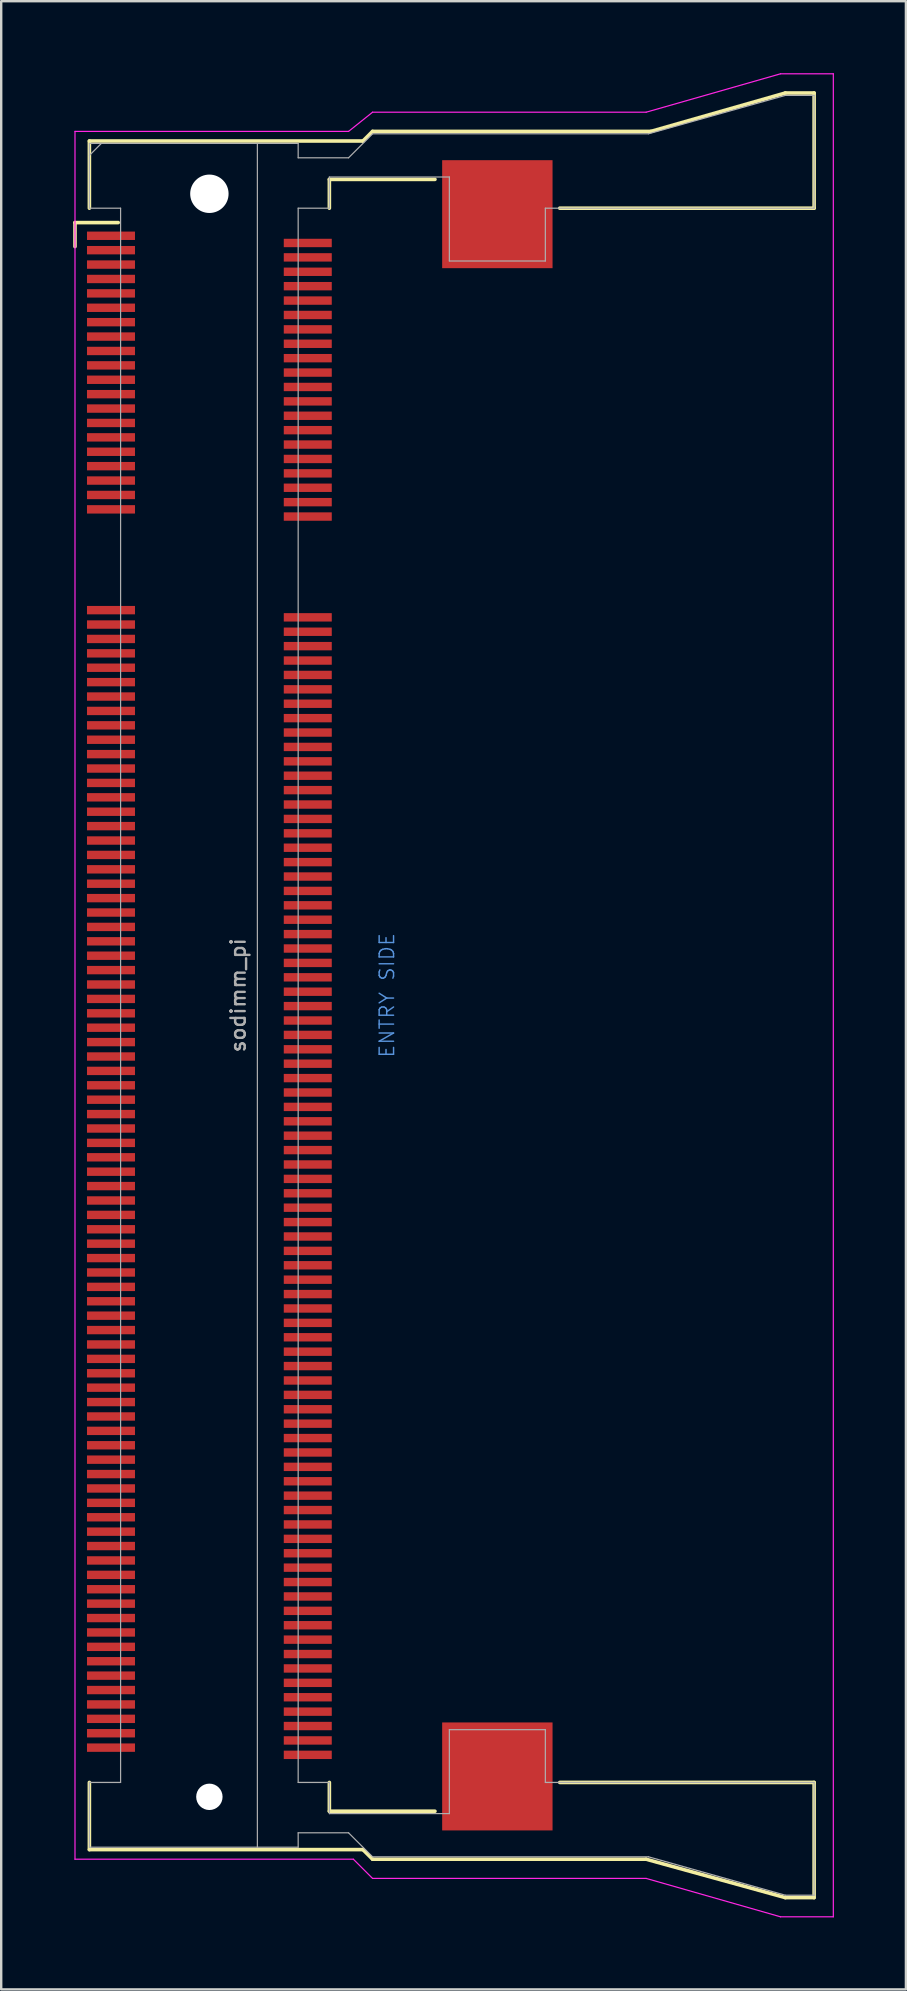
<source format=kicad_pcb>
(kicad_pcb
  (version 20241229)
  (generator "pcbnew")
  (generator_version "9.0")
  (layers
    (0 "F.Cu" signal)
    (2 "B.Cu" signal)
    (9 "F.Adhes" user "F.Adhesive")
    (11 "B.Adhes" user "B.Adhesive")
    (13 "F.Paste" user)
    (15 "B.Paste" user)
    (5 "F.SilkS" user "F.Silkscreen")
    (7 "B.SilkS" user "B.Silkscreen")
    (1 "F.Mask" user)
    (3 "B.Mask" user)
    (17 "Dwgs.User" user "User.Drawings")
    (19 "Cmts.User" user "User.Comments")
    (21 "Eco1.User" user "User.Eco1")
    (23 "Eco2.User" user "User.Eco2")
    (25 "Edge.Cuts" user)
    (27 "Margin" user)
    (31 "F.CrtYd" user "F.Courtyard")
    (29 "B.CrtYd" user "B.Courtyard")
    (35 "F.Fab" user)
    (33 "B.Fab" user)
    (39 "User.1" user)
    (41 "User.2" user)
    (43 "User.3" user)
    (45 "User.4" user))
  (footprint "sodimm_pi"
    (layer "F.Cu")
    (at 5.675 38.425)
    (property "Reference" "sodimm_pi" (at 1.2 0 90) (layer "F.Fab") (effects (font (size 0.6 0.6) (thickness 0.1))))
    (attr through_hole)
    (fp_line (start -5.6 -32.2) (end -3.8 -32.2) (stroke (width 0.15) (type solid)) (layer "F.SilkS"))
    (fp_line (start -5.6 -31.2) (end -5.6 -32.2) (stroke (width 0.15) (type solid)) (layer "F.SilkS"))
    (fp_line (start -5 -35.6) (end 6.4 -35.6) (stroke (width 0.15) (type solid)) (layer "F.SilkS"))
    (fp_line (start -5 -32.8) (end -5 -35.6) (stroke (width 0.15) (type solid)) (layer "F.SilkS"))
    (fp_line (start -5 32.8) (end -5 35.6) (stroke (width 0.15) (type solid)) (layer "F.SilkS"))
    (fp_line (start -5 35.6) (end 6.4 35.6) (stroke (width 0.15) (type solid)) (layer "F.SilkS"))
    (fp_line (start 5 -34) (end 9.4 -34) (stroke (width 0.15) (type solid)) (layer "F.SilkS"))
    (fp_line (start 5 -32.8) (end 5 -34) (stroke (width 0.15) (type solid)) (layer "F.SilkS"))
    (fp_line (start 5 34) (end 5 32.8) (stroke (width 0.15) (type solid)) (layer "F.SilkS"))
    (fp_line (start 6.4 -35.6) (end 6.8 -36) (stroke (width 0.15) (type solid)) (layer "F.SilkS"))
    (fp_line (start 6.4 35.6) (end 6.8 36) (stroke (width 0.15) (type solid)) (layer "F.SilkS"))
    (fp_line (start 6.8 -36) (end 18.4 -36) (stroke (width 0.15) (type solid)) (layer "F.SilkS"))
    (fp_line (start 6.8 36) (end 18.2 36) (stroke (width 0.15) (type solid)) (layer "F.SilkS"))
    (fp_line (start 9.4 34) (end 5 34) (stroke (width 0.15) (type solid)) (layer "F.SilkS"))
    (fp_line (start 14.6 -32.8) (end 25.2 -32.8) (stroke (width 0.15) (type solid)) (layer "F.SilkS"))
    (fp_line (start 14.6 32.8) (end 25.2 32.8) (stroke (width 0.15) (type solid)) (layer "F.SilkS"))
    (fp_line (start 18.2 36) (end 24 37.6) (stroke (width 0.15) (type solid)) (layer "F.SilkS"))
    (fp_line (start 18.4 -36) (end 24 -37.6) (stroke (width 0.15) (type solid)) (layer "F.SilkS"))
    (fp_line (start 24 -37.6) (end 25.2 -37.6) (stroke (width 0.15) (type solid)) (layer "F.SilkS"))
    (fp_line (start 24 37.6) (end 25.2 37.6) (stroke (width 0.15) (type solid)) (layer "F.SilkS"))
    (fp_line (start 25.2 -37.6) (end 25.2 -32.8) (stroke (width 0.15) (type solid)) (layer "F.SilkS"))
    (fp_line (start 25.2 37.6) (end 25.2 32.8) (stroke (width 0.15) (type solid)) (layer "F.SilkS"))
    (fp_line (start -5.6 -36) (end -5.6 36) (stroke (width 0.05) (type solid)) (layer "F.CrtYd"))
    (fp_line (start -5.6 -36) (end 5.8 -36) (stroke (width 0.05) (type solid)) (layer "F.CrtYd"))
    (fp_line (start -5.6 36) (end 6 36) (stroke (width 0.05) (type solid)) (layer "F.CrtYd"))
    (fp_line (start 6 36) (end 6.8 36.8) (stroke (width 0.05) (type solid)) (layer "F.CrtYd"))
    (fp_line (start 6.8 -36.8) (end 5.8 -36) (stroke (width 0.05) (type solid)) (layer "F.CrtYd"))
    (fp_line (start 6.8 36.8) (end 18.2 36.8) (stroke (width 0.05) (type solid)) (layer "F.CrtYd"))
    (fp_line (start 18.2 -36.8) (end 6.8 -36.8) (stroke (width 0.05) (type solid)) (layer "F.CrtYd"))
    (fp_line (start 18.2 36.8) (end 23.8 38.4) (stroke (width 0.05) (type solid)) (layer "F.CrtYd"))
    (fp_line (start 23.8 -38.4) (end 18.2 -36.8) (stroke (width 0.05) (type solid)) (layer "F.CrtYd"))
    (fp_line (start 23.8 38.4) (end 26 38.4) (stroke (width 0.05) (type solid)) (layer "F.CrtYd"))
    (fp_line (start 26 -38.4) (end 23.8 -38.4) (stroke (width 0.05) (type solid)) (layer "F.CrtYd"))
    (fp_line (start 26 38.4) (end 26 -38.4) (stroke (width 0.05) (type solid)) (layer "F.CrtYd"))
    (fp_line (start -5 -35.5) (end -5 -32.8) (stroke (width 0.05) (type solid)) (layer "F.Fab"))
    (fp_line (start -5 -35.5) (end 2 -35.5) (stroke (width 0.05) (type solid)) (layer "F.Fab"))
    (fp_line (start -5 -35) (end -4.5 -35.5) (stroke (width 0.05) (type solid)) (layer "F.Fab"))
    (fp_line (start -5 -32.8) (end -3.7 -32.8) (stroke (width 0.05) (type solid)) (layer "F.Fab"))
    (fp_line (start -5 32.8) (end -3.7 32.8) (stroke (width 0.05) (type solid)) (layer "F.Fab"))
    (fp_line (start -5 35.5) (end -5 32.8) (stroke (width 0.05) (type solid)) (layer "F.Fab"))
    (fp_line (start -3.7 32.8) (end -3.7 -32.8) (stroke (width 0.05) (type solid)) (layer "F.Fab"))
    (fp_line (start 2 -35.5) (end 2 35.5) (stroke (width 0.05) (type solid)) (layer "F.Fab"))
    (fp_line (start 2 35.5) (end -5 35.5) (stroke (width 0.05) (type solid)) (layer "F.Fab"))
    (fp_line (start 3.7 -35.5) (end 2 -35.5) (stroke (width 0.05) (type solid)) (layer "F.Fab"))
    (fp_line (start 3.7 -35.5) (end 3.7 -34.9) (stroke (width 0.05) (type solid)) (layer "F.Fab"))
    (fp_line (start 3.7 -32.8) (end 3.7 32.8) (stroke (width 0.05) (type solid)) (layer "F.Fab"))
    (fp_line (start 3.7 -32.8) (end 5 -32.8) (stroke (width 0.05) (type solid)) (layer "F.Fab"))
    (fp_line (start 3.7 34.9) (end 3.7 35.5) (stroke (width 0.05) (type solid)) (layer "F.Fab"))
    (fp_line (start 3.7 34.9) (end 5.8 34.9) (stroke (width 0.05) (type solid)) (layer "F.Fab"))
    (fp_line (start 3.7 35.5) (end 2 35.5) (stroke (width 0.05) (type solid)) (layer "F.Fab"))
    (fp_line (start 5 -34.1) (end 10 -34.1) (stroke (width 0.05) (type solid)) (layer "F.Fab"))
    (fp_line (start 5 -32.8) (end 5 -34.1) (stroke (width 0.05) (type solid)) (layer "F.Fab"))
    (fp_line (start 5 32.8) (end 3.7 32.8) (stroke (width 0.05) (type solid)) (layer "F.Fab"))
    (fp_line (start 5 34.1) (end 5 32.8) (stroke (width 0.05) (type solid)) (layer "F.Fab"))
    (fp_line (start 5 34.1) (end 10 34.1) (stroke (width 0.05) (type solid)) (layer "F.Fab"))
    (fp_line (start 5.8 -34.9) (end 3.7 -34.9) (stroke (width 0.05) (type solid)) (layer "F.Fab"))
    (fp_line (start 5.8 -34.9) (end 6.8 -35.9) (stroke (width 0.05) (type solid)) (layer "F.Fab"))
    (fp_line (start 5.8 34.9) (end 6.8 35.9) (stroke (width 0.05) (type solid)) (layer "F.Fab"))
    (fp_line (start 6.8 -35.9) (end 18.3 -35.9) (stroke (width 0.05) (type solid)) (layer "F.Fab"))
    (fp_line (start 10 -34.1) (end 10 -30.6) (stroke (width 0.05) (type solid)) (layer "F.Fab"))
    (fp_line (start 10 -30.6) (end 14 -30.6) (stroke (width 0.05) (type solid)) (layer "F.Fab"))
    (fp_line (start 10 30.6) (end 14 30.6) (stroke (width 0.05) (type solid)) (layer "F.Fab"))
    (fp_line (start 10 34.1) (end 10 30.6) (stroke (width 0.05) (type solid)) (layer "F.Fab"))
    (fp_line (start 14 -32.8) (end 25.2 -32.8) (stroke (width 0.05) (type solid)) (layer "F.Fab"))
    (fp_line (start 14 -30.6) (end 14 -32.8) (stroke (width 0.05) (type solid)) (layer "F.Fab"))
    (fp_line (start 14 30.6) (end 14 32.8) (stroke (width 0.05) (type solid)) (layer "F.Fab"))
    (fp_line (start 14 32.8) (end 25.2 32.8) (stroke (width 0.05) (type solid)) (layer "F.Fab"))
    (fp_line (start 18.3 35.9) (end 6.8 35.9) (stroke (width 0.05) (type solid)) (layer "F.Fab"))
    (fp_line (start 18.3 35.9) (end 24 37.5) (stroke (width 0.05) (type solid)) (layer "F.Fab"))
    (fp_line (start 24 -37.5) (end 18.3 -35.9) (stroke (width 0.05) (type solid)) (layer "F.Fab"))
    (fp_line (start 25.2 -37.5) (end 24 -37.5) (stroke (width 0.05) (type solid)) (layer "F.Fab"))
    (fp_line (start 25.2 -32.8) (end 25.2 -37.5) (stroke (width 0.05) (type solid)) (layer "F.Fab"))
    (fp_line (start 25.2 37.5) (end 24 37.5) (stroke (width 0.05) (type solid)) (layer "F.Fab"))
    (fp_line (start 25.2 37.5) (end 25.2 32.8) (stroke (width 0.05) (type solid)) (layer "F.Fab"))
    (fp_text user "ENTRY SIDE" (at 7.4 0 90) (layer "Cmts.User") (effects (font (size 0.6 0.6) (thickness 0.06))))
    (fp_text user "${REFERENCE}" (at -4 -35 0) (layer "Eco1.User") (effects (font (size 0.3 0.3) (thickness 0.03))))
    (pad "" np_thru_hole circle (at 0 -33.4) (size 1.6 1.6) (drill 1.6) (layers "*.Cu"))
    (pad "" np_thru_hole circle (at 0 33.4) (size 1.1 1.1) (drill 1.1) (layers "*.Cu"))
    (pad "" smd rect (at 12 -32.55) (size 4.6 4.5) (layers "F.Cu" "F.Mask" "F.Paste"))
    (pad "" smd rect (at 12 32.55) (size 4.6 4.5) (layers "F.Cu" "F.Mask" "F.Paste"))
    (pad "1" smd rect (at -4.1 -31.65) (size 2 0.35) (layers "F.Cu" "F.Paste"))
    (pad "2" smd rect (at 4.1 -31.35) (size 2 0.35) (layers "F.Cu" "F.Paste"))
    (pad "3" smd rect (at -4.1 -31.05) (size 2 0.35) (layers "F.Cu" "F.Paste"))
    (pad "4" smd rect (at 4.1 -30.75) (size 2 0.35) (layers "F.Cu" "F.Paste"))
    (pad "5" smd rect (at -4.1 -30.45) (size 2 0.35) (layers "F.Cu" "F.Paste"))
    (pad "6" smd rect (at 4.1 -30.15) (size 2 0.35) (layers "F.Cu" "F.Paste"))
    (pad "7" smd rect (at -4.1 -29.85) (size 2 0.35) (layers "F.Cu" "F.Paste"))
    (pad "8" smd rect (at 4.1 -29.55) (size 2 0.35) (layers "F.Cu" "F.Paste"))
    (pad "9" smd rect (at -4.1 -29.25) (size 2 0.35) (layers "F.Cu" "F.Paste"))
    (pad "10" smd rect (at 4.1 -28.95) (size 2 0.35) (layers "F.Cu" "F.Paste"))
    (pad "11" smd rect (at -4.1 -28.65) (size 2 0.35) (layers "F.Cu" "F.Paste"))
    (pad "12" smd rect (at 4.1 -28.35) (size 2 0.35) (layers "F.Cu" "F.Paste"))
    (pad "13" smd rect (at -4.1 -28.05) (size 2 0.35) (layers "F.Cu" "F.Paste"))
    (pad "14" smd rect (at 4.1 -27.75) (size 2 0.35) (layers "F.Cu" "F.Paste"))
    (pad "15" smd rect (at -4.1 -27.45) (size 2 0.35) (layers "F.Cu" "F.Paste"))
    (pad "16" smd rect (at 4.1 -27.15) (size 2 0.35) (layers "F.Cu" "F.Paste"))
    (pad "17" smd rect (at -4.1 -26.85) (size 2 0.35) (layers "F.Cu" "F.Paste"))
    (pad "18" smd rect (at 4.1 -26.55) (size 2 0.35) (layers "F.Cu" "F.Paste"))
    (pad "19" smd rect (at -4.1 -26.25) (size 2 0.35) (layers "F.Cu" "F.Paste"))
    (pad "20" smd rect (at 4.1 -25.95) (size 2 0.35) (layers "F.Cu" "F.Paste"))
    (pad "21" smd rect (at -4.1 -25.65) (size 2 0.35) (layers "F.Cu" "F.Paste"))
    (pad "22" smd rect (at 4.1 -25.35) (size 2 0.35) (layers "F.Cu" "F.Paste"))
    (pad "23" smd rect (at -4.1 -25.05) (size 2 0.35) (layers "F.Cu" "F.Paste"))
    (pad "24" smd rect (at 4.1 -24.75) (size 2 0.35) (layers "F.Cu" "F.Paste"))
    (pad "25" smd rect (at -4.1 -24.45) (size 2 0.35) (layers "F.Cu" "F.Paste"))
    (pad "26" smd rect (at 4.1 -24.15) (size 2 0.35) (layers "F.Cu" "F.Paste"))
    (pad "27" smd rect (at -4.1 -23.85) (size 2 0.35) (layers "F.Cu" "F.Paste"))
    (pad "28" smd rect (at 4.1 -23.55) (size 2 0.35) (layers "F.Cu" "F.Paste"))
    (pad "29" smd rect (at -4.1 -23.25) (size 2 0.35) (layers "F.Cu" "F.Paste"))
    (pad "30" smd rect (at 4.1 -22.95) (size 2 0.35) (layers "F.Cu" "F.Paste"))
    (pad "31" smd rect (at -4.1 -22.65) (size 2 0.35) (layers "F.Cu" "F.Paste"))
    (pad "32" smd rect (at 4.1 -22.35) (size 2 0.35) (layers "F.Cu" "F.Paste"))
    (pad "33" smd rect (at -4.1 -22.05) (size 2 0.35) (layers "F.Cu" "F.Paste"))
    (pad "34" smd rect (at 4.1 -21.75) (size 2 0.35) (layers "F.Cu" "F.Paste"))
    (pad "35" smd rect (at -4.1 -21.45) (size 2 0.35) (layers "F.Cu" "F.Paste"))
    (pad "36" smd rect (at 4.1 -21.15) (size 2 0.35) (layers "F.Cu" "F.Paste"))
    (pad "37" smd rect (at -4.1 -20.85) (size 2 0.35) (layers "F.Cu" "F.Paste"))
    (pad "38" smd rect (at 4.1 -20.55) (size 2 0.35) (layers "F.Cu" "F.Paste"))
    (pad "39" smd rect (at -4.1 -20.25) (size 2 0.35) (layers "F.Cu" "F.Paste"))
    (pad "40" smd rect (at 4.1 -19.95) (size 2 0.35) (layers "F.Cu" "F.Paste"))
    (pad "41" smd rect (at -4.1 -16.05) (size 2 0.35) (layers "F.Cu" "F.Paste"))
    (pad "42" smd rect (at 4.1 -15.75) (size 2 0.35) (layers "F.Cu" "F.Paste"))
    (pad "43" smd rect (at -4.1 -15.45) (size 2 0.35) (layers "F.Cu" "F.Paste"))
    (pad "44" smd rect (at 4.1 -15.15) (size 2 0.35) (layers "F.Cu" "F.Paste"))
    (pad "45" smd rect (at -4.1 -14.85) (size 2 0.35) (layers "F.Cu" "F.Paste"))
    (pad "46" smd rect (at 4.1 -14.55) (size 2 0.35) (layers "F.Cu" "F.Paste"))
    (pad "47" smd rect (at -4.1 -14.25) (size 2 0.35) (layers "F.Cu" "F.Paste"))
    (pad "48" smd rect (at 4.1 -13.95) (size 2 0.35) (layers "F.Cu" "F.Paste"))
    (pad "49" smd rect (at -4.1 -13.65) (size 2 0.35) (layers "F.Cu" "F.Paste"))
    (pad "50" smd rect (at 4.1 -13.35) (size 2 0.35) (layers "F.Cu" "F.Paste"))
    (pad "51" smd rect (at -4.1 -13.05) (size 2 0.35) (layers "F.Cu" "F.Paste"))
    (pad "52" smd rect (at 4.1 -12.75) (size 2 0.35) (layers "F.Cu" "F.Paste"))
    (pad "53" smd rect (at -4.1 -12.45) (size 2 0.35) (layers "F.Cu" "F.Paste"))
    (pad "54" smd rect (at 4.1 -12.15) (size 2 0.35) (layers "F.Cu" "F.Paste"))
    (pad "55" smd rect (at -4.1 -11.85) (size 2 0.35) (layers "F.Cu" "F.Paste"))
    (pad "56" smd rect (at 4.1 -11.55) (size 2 0.35) (layers "F.Cu" "F.Paste"))
    (pad "57" smd rect (at -4.1 -11.25) (size 2 0.35) (layers "F.Cu" "F.Paste"))
    (pad "58" smd rect (at 4.1 -10.95) (size 2 0.35) (layers "F.Cu" "F.Paste"))
    (pad "59" smd rect (at -4.1 -10.65) (size 2 0.35) (layers "F.Cu" "F.Paste"))
    (pad "60" smd rect (at 4.1 -10.35) (size 2 0.35) (layers "F.Cu" "F.Paste"))
    (pad "61" smd rect (at -4.1 -10.05) (size 2 0.35) (layers "F.Cu" "F.Paste"))
    (pad "62" smd rect (at 4.1 -9.75) (size 2 0.35) (layers "F.Cu" "F.Paste"))
    (pad "63" smd rect (at -4.1 -9.45) (size 2 0.35) (layers "F.Cu" "F.Paste"))
    (pad "64" smd rect (at 4.1 -9.15) (size 2 0.35) (layers "F.Cu" "F.Paste"))
    (pad "65" smd rect (at -4.1 -8.85) (size 2 0.35) (layers "F.Cu" "F.Paste"))
    (pad "66" smd rect (at 4.1 -8.55) (size 2 0.35) (layers "F.Cu" "F.Paste"))
    (pad "67" smd rect (at -4.1 -8.25) (size 2 0.35) (layers "F.Cu" "F.Paste"))
    (pad "68" smd rect (at 4.1 -7.95) (size 2 0.35) (layers "F.Cu" "F.Paste"))
    (pad "69" smd rect (at -4.1 -7.65) (size 2 0.35) (layers "F.Cu" "F.Paste"))
    (pad "70" smd rect (at 4.1 -7.35) (size 2 0.35) (layers "F.Cu" "F.Paste"))
    (pad "71" smd rect (at -4.1 -7.05) (size 2 0.35) (layers "F.Cu" "F.Paste"))
    (pad "72" smd rect (at 4.1 -6.75) (size 2 0.35) (layers "F.Cu" "F.Paste"))
    (pad "73" smd rect (at -4.1 -6.45) (size 2 0.35) (layers "F.Cu" "F.Paste"))
    (pad "74" smd rect (at 4.1 -6.15) (size 2 0.35) (layers "F.Cu" "F.Paste"))
    (pad "75" smd rect (at -4.1 -5.85) (size 2 0.35) (layers "F.Cu" "F.Paste"))
    (pad "76" smd rect (at 4.1 -5.55) (size 2 0.35) (layers "F.Cu" "F.Paste"))
    (pad "77" smd rect (at -4.1 -5.25) (size 2 0.35) (layers "F.Cu" "F.Paste"))
    (pad "78" smd rect (at 4.1 -4.95) (size 2 0.35) (layers "F.Cu" "F.Paste"))
    (pad "79" smd rect (at -4.1 -4.65) (size 2 0.35) (layers "F.Cu" "F.Paste"))
    (pad "80" smd rect (at 4.1 -4.35) (size 2 0.35) (layers "F.Cu" "F.Paste"))
    (pad "81" smd rect (at -4.1 -4.05) (size 2 0.35) (layers "F.Cu" "F.Paste"))
    (pad "82" smd rect (at 4.1 -3.75) (size 2 0.35) (layers "F.Cu" "F.Paste"))
    (pad "83" smd rect (at -4.1 -3.45) (size 2 0.35) (layers "F.Cu" "F.Paste"))
    (pad "84" smd rect (at 4.1 -3.15) (size 2 0.35) (layers "F.Cu" "F.Paste"))
    (pad "85" smd rect (at -4.1 -2.85) (size 2 0.35) (layers "F.Cu" "F.Paste"))
    (pad "86" smd rect (at 4.1 -2.55) (size 2 0.35) (layers "F.Cu" "F.Paste"))
    (pad "87" smd rect (at -4.1 -2.25) (size 2 0.35) (layers "F.Cu" "F.Paste"))
    (pad "88" smd rect (at 4.1 -1.95) (size 2 0.35) (layers "F.Cu" "F.Paste"))
    (pad "89" smd rect (at -4.1 -1.65) (size 2 0.35) (layers "F.Cu" "F.Paste"))
    (pad "90" smd rect (at 4.1 -1.35) (size 2 0.35) (layers "F.Cu" "F.Paste"))
    (pad "91" smd rect (at -4.1 -1.05) (size 2 0.35) (layers "F.Cu" "F.Paste"))
    (pad "92" smd rect (at 4.1 -0.75) (size 2 0.35) (layers "F.Cu" "F.Paste"))
    (pad "93" smd rect (at -4.1 -0.45) (size 2 0.35) (layers "F.Cu" "F.Paste"))
    (pad "94" smd rect (at 4.1 -0.15) (size 2 0.35) (layers "F.Cu" "F.Paste"))
    (pad "95" smd rect (at -4.1 0.15) (size 2 0.35) (layers "F.Cu" "F.Paste"))
    (pad "96" smd rect (at 4.1 0.45) (size 2 0.35) (layers "F.Cu" "F.Paste"))
    (pad "97" smd rect (at -4.1 0.75) (size 2 0.35) (layers "F.Cu" "F.Paste"))
    (pad "98" smd rect (at 4.1 1.05) (size 2 0.35) (layers "F.Cu" "F.Paste"))
    (pad "99" smd rect (at -4.1 1.35) (size 2 0.35) (layers "F.Cu" "F.Paste"))
    (pad "100" smd rect (at 4.1 1.65) (size 2 0.35) (layers "F.Cu" "F.Paste"))
    (pad "101" smd rect (at -4.1 1.95) (size 2 0.35) (layers "F.Cu" "F.Paste"))
    (pad "102" smd rect (at 4.1 2.25) (size 2 0.35) (layers "F.Cu" "F.Paste"))
    (pad "103" smd rect (at -4.1 2.55) (size 2 0.35) (layers "F.Cu" "F.Paste"))
    (pad "104" smd rect (at 4.1 2.85) (size 2 0.35) (layers "F.Cu" "F.Paste"))
    (pad "105" smd rect (at -4.1 3.15) (size 2 0.35) (layers "F.Cu" "F.Paste"))
    (pad "106" smd rect (at 4.1 3.45) (size 2 0.35) (layers "F.Cu" "F.Paste"))
    (pad "107" smd rect (at -4.1 3.75) (size 2 0.35) (layers "F.Cu" "F.Paste"))
    (pad "108" smd rect (at 4.1 4.05) (size 2 0.35) (layers "F.Cu" "F.Paste"))
    (pad "109" smd rect (at -4.1 4.35) (size 2 0.35) (layers "F.Cu" "F.Paste"))
    (pad "110" smd rect (at 4.1 4.65) (size 2 0.35) (layers "F.Cu" "F.Paste"))
    (pad "111" smd rect (at -4.1 4.95) (size 2 0.35) (layers "F.Cu" "F.Paste"))
    (pad "112" smd rect (at 4.1 5.25) (size 2 0.35) (layers "F.Cu" "F.Paste"))
    (pad "113" smd rect (at -4.1 5.55) (size 2 0.35) (layers "F.Cu" "F.Paste"))
    (pad "114" smd rect (at 4.1 5.85) (size 2 0.35) (layers "F.Cu" "F.Paste"))
    (pad "115" smd rect (at -4.1 6.15) (size 2 0.35) (layers "F.Cu" "F.Paste"))
    (pad "116" smd rect (at 4.1 6.45) (size 2 0.35) (layers "F.Cu" "F.Paste"))
    (pad "117" smd rect (at -4.1 6.75) (size 2 0.35) (layers "F.Cu" "F.Paste"))
    (pad "118" smd rect (at 4.1 7.05) (size 2 0.35) (layers "F.Cu" "F.Paste"))
    (pad "119" smd rect (at -4.1 7.35) (size 2 0.35) (layers "F.Cu" "F.Paste"))
    (pad "120" smd rect (at 4.1 7.65) (size 2 0.35) (layers "F.Cu" "F.Paste"))
    (pad "121" smd rect (at -4.1 7.95) (size 2 0.35) (layers "F.Cu" "F.Paste"))
    (pad "122" smd rect (at 4.1 8.25) (size 2 0.35) (layers "F.Cu" "F.Paste"))
    (pad "123" smd rect (at -4.1 8.55) (size 2 0.35) (layers "F.Cu" "F.Paste"))
    (pad "124" smd rect (at 4.1 8.85) (size 2 0.35) (layers "F.Cu" "F.Paste"))
    (pad "125" smd rect (at -4.1 9.15) (size 2 0.35) (layers "F.Cu" "F.Paste"))
    (pad "126" smd rect (at 4.1 9.45) (size 2 0.35) (layers "F.Cu" "F.Paste"))
    (pad "127" smd rect (at -4.1 9.75) (size 2 0.35) (layers "F.Cu" "F.Paste"))
    (pad "128" smd rect (at 4.1 10.05) (size 2 0.35) (layers "F.Cu" "F.Paste"))
    (pad "129" smd rect (at -4.1 10.35) (size 2 0.35) (layers "F.Cu" "F.Paste"))
    (pad "130" smd rect (at 4.1 10.65) (size 2 0.35) (layers "F.Cu" "F.Paste"))
    (pad "131" smd rect (at -4.1 10.95) (size 2 0.35) (layers "F.Cu" "F.Paste"))
    (pad "132" smd rect (at 4.1 11.25) (size 2 0.35) (layers "F.Cu" "F.Paste"))
    (pad "133" smd rect (at -4.1 11.55) (size 2 0.35) (layers "F.Cu" "F.Paste"))
    (pad "134" smd rect (at 4.1 11.85) (size 2 0.35) (layers "F.Cu" "F.Paste"))
    (pad "135" smd rect (at -4.1 12.15) (size 2 0.35) (layers "F.Cu" "F.Paste"))
    (pad "136" smd rect (at 4.1 12.45) (size 2 0.35) (layers "F.Cu" "F.Paste"))
    (pad "137" smd rect (at -4.1 12.75) (size 2 0.35) (layers "F.Cu" "F.Paste"))
    (pad "138" smd rect (at 4.1 13.05) (size 2 0.35) (layers "F.Cu" "F.Paste"))
    (pad "139" smd rect (at -4.1 13.35) (size 2 0.35) (layers "F.Cu" "F.Paste"))
    (pad "140" smd rect (at 4.1 13.65) (size 2 0.35) (layers "F.Cu" "F.Paste"))
    (pad "141" smd rect (at -4.1 13.95) (size 2 0.35) (layers "F.Cu" "F.Paste"))
    (pad "142" smd rect (at 4.1 14.25) (size 2 0.35) (layers "F.Cu" "F.Paste"))
    (pad "143" smd rect (at -4.1 14.55) (size 2 0.35) (layers "F.Cu" "F.Paste"))
    (pad "144" smd rect (at 4.1 14.85) (size 2 0.35) (layers "F.Cu" "F.Paste"))
    (pad "145" smd rect (at -4.1 15.15) (size 2 0.35) (layers "F.Cu" "F.Paste"))
    (pad "146" smd rect (at 4.1 15.45) (size 2 0.35) (layers "F.Cu" "F.Paste"))
    (pad "147" smd rect (at -4.1 15.75) (size 2 0.35) (layers "F.Cu" "F.Paste"))
    (pad "148" smd rect (at 4.1 16.05) (size 2 0.35) (layers "F.Cu" "F.Paste"))
    (pad "149" smd rect (at -4.1 16.35) (size 2 0.35) (layers "F.Cu" "F.Paste"))
    (pad "150" smd rect (at 4.1 16.65) (size 2 0.35) (layers "F.Cu" "F.Paste"))
    (pad "151" smd rect (at -4.1 16.95) (size 2 0.35) (layers "F.Cu" "F.Paste"))
    (pad "152" smd rect (at 4.1 17.25) (size 2 0.35) (layers "F.Cu" "F.Paste"))
    (pad "153" smd rect (at -4.1 17.55) (size 2 0.35) (layers "F.Cu" "F.Paste"))
    (pad "154" smd rect (at 4.1 17.85) (size 2 0.35) (layers "F.Cu" "F.Paste"))
    (pad "155" smd rect (at -4.1 18.15) (size 2 0.35) (layers "F.Cu" "F.Paste"))
    (pad "156" smd rect (at 4.1 18.45) (size 2 0.35) (layers "F.Cu" "F.Paste"))
    (pad "157" smd rect (at -4.1 18.75) (size 2 0.35) (layers "F.Cu" "F.Paste"))
    (pad "158" smd rect (at 4.1 19.05) (size 2 0.35) (layers "F.Cu" "F.Paste"))
    (pad "159" smd rect (at -4.1 19.35) (size 2 0.35) (layers "F.Cu" "F.Paste"))
    (pad "160" smd rect (at 4.1 19.65) (size 2 0.35) (layers "F.Cu" "F.Paste"))
    (pad "161" smd rect (at -4.1 19.95) (size 2 0.35) (layers "F.Cu" "F.Paste"))
    (pad "162" smd rect (at 4.1 20.25) (size 2 0.35) (layers "F.Cu" "F.Paste"))
    (pad "163" smd rect (at -4.1 20.55) (size 2 0.35) (layers "F.Cu" "F.Paste"))
    (pad "164" smd rect (at 4.1 20.85) (size 2 0.35) (layers "F.Cu" "F.Paste"))
    (pad "165" smd rect (at -4.1 21.15) (size 2 0.35) (layers "F.Cu" "F.Paste"))
    (pad "166" smd rect (at 4.1 21.45) (size 2 0.35) (layers "F.Cu" "F.Paste"))
    (pad "167" smd rect (at -4.1 21.75) (size 2 0.35) (layers "F.Cu" "F.Paste"))
    (pad "168" smd rect (at 4.1 22.05) (size 2 0.35) (layers "F.Cu" "F.Paste"))
    (pad "169" smd rect (at -4.1 22.35) (size 2 0.35) (layers "F.Cu" "F.Paste"))
    (pad "170" smd rect (at 4.1 22.65) (size 2 0.35) (layers "F.Cu" "F.Paste"))
    (pad "171" smd rect (at -4.1 22.95) (size 2 0.35) (layers "F.Cu" "F.Paste"))
    (pad "172" smd rect (at 4.1 23.25) (size 2 0.35) (layers "F.Cu" "F.Paste"))
    (pad "173" smd rect (at -4.1 23.55) (size 2 0.35) (layers "F.Cu" "F.Paste"))
    (pad "174" smd rect (at 4.1 23.85) (size 2 0.35) (layers "F.Cu" "F.Paste"))
    (pad "175" smd rect (at -4.1 24.15) (size 2 0.35) (layers "F.Cu" "F.Paste"))
    (pad "176" smd rect (at 4.1 24.45) (size 2 0.35) (layers "F.Cu" "F.Paste"))
    (pad "177" smd rect (at -4.1 24.75) (size 2 0.35) (layers "F.Cu" "F.Paste"))
    (pad "178" smd rect (at 4.1 25.05) (size 2 0.35) (layers "F.Cu" "F.Paste"))
    (pad "179" smd rect (at -4.1 25.35) (size 2 0.35) (layers "F.Cu" "F.Paste"))
    (pad "180" smd rect (at 4.1 25.65) (size 2 0.35) (layers "F.Cu" "F.Paste"))
    (pad "181" smd rect (at -4.1 25.95) (size 2 0.35) (layers "F.Cu" "F.Paste"))
    (pad "182" smd rect (at 4.1 26.25) (size 2 0.35) (layers "F.Cu" "F.Paste"))
    (pad "183" smd rect (at -4.1 26.55) (size 2 0.35) (layers "F.Cu" "F.Paste"))
    (pad "184" smd rect (at 4.1 26.85) (size 2 0.35) (layers "F.Cu" "F.Paste"))
    (pad "185" smd rect (at -4.1 27.15) (size 2 0.35) (layers "F.Cu" "F.Paste"))
    (pad "186" smd rect (at 4.1 27.45) (size 2 0.35) (layers "F.Cu" "F.Paste"))
    (pad "187" smd rect (at -4.1 27.75) (size 2 0.35) (layers "F.Cu" "F.Paste"))
    (pad "188" smd rect (at 4.1 28.05) (size 2 0.35) (layers "F.Cu" "F.Paste"))
    (pad "189" smd rect (at -4.1 28.35) (size 2 0.35) (layers "F.Cu" "F.Paste"))
    (pad "190" smd rect (at 4.1 28.65) (size 2 0.35) (layers "F.Cu" "F.Paste"))
    (pad "191" smd rect (at -4.1 28.95) (size 2 0.35) (layers "F.Cu" "F.Paste"))
    (pad "192" smd rect (at 4.1 29.25) (size 2 0.35) (layers "F.Cu" "F.Paste"))
    (pad "193" smd rect (at -4.1 29.55) (size 2 0.35) (layers "F.Cu" "F.Paste"))
    (pad "194" smd rect (at 4.1 29.85) (size 2 0.35) (layers "F.Cu" "F.Paste"))
    (pad "195" smd rect (at -4.1 30.15) (size 2 0.35) (layers "F.Cu" "F.Paste"))
    (pad "196" smd rect (at 4.1 30.45) (size 2 0.35) (layers "F.Cu" "F.Paste"))
    (pad "197" smd rect (at -4.1 30.75) (size 2 0.35) (layers "F.Cu" "F.Paste"))
    (pad "198" smd rect (at 4.1 31.05) (size 2 0.35) (layers "F.Cu" "F.Paste"))
    (pad "199" smd rect (at -4.1 31.35) (size 2 0.35) (layers "F.Cu" "F.Paste"))
    (pad "200" smd rect (at 4.1 31.65) (size 2 0.35) (layers "F.Cu" "F.Paste")))
  (gr_rect
    (start -3 -3)
    (end 34.7 79.85)
    (stroke (width 0.1) (type default))
    (fill no)
    (layer "Edge.Cuts")))
</source>
